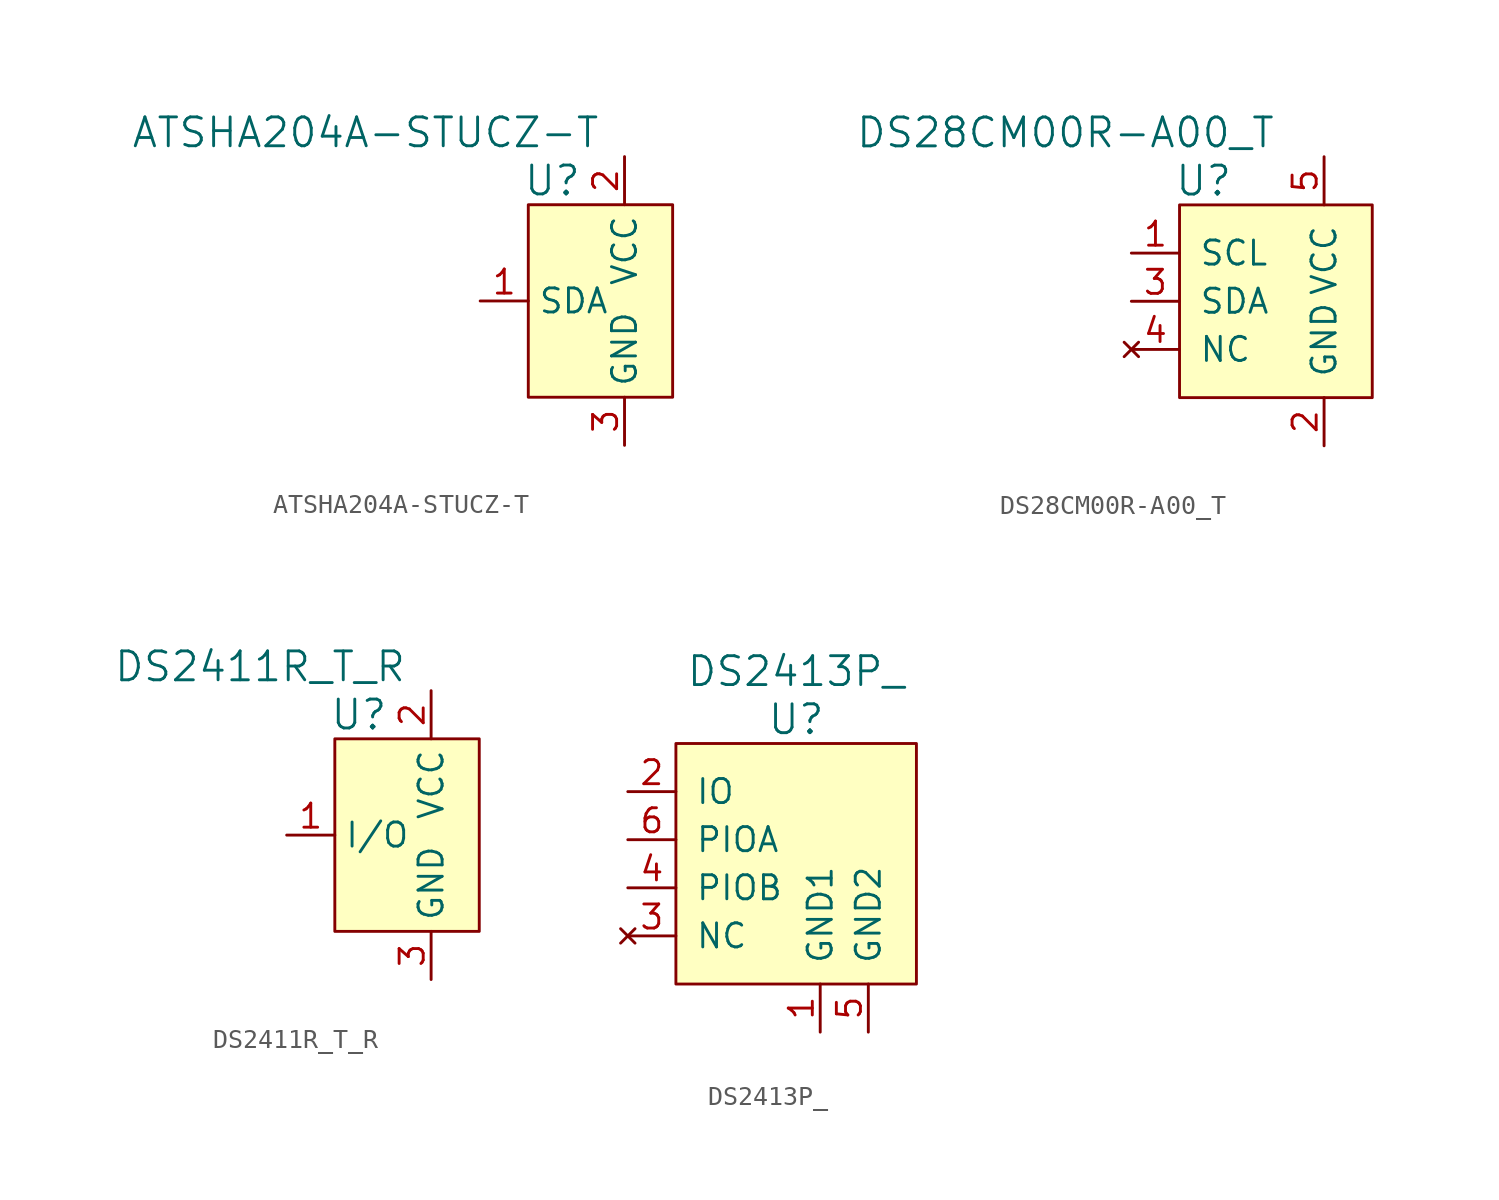
<source format=kicad_sym>
(kicad_symbol_lib
  (version 20231120)
  (generator "kicad_symbol_editor")
  (generator_version "8.0")
  (symbol "ATSHA204A-STUCZ-T"
    (property "Reference" "U"
      (at -3.81 6.35 0)
      (effects (font (size 1.524 1.524))))
    (property "Value" "ATSHA204A-STUCZ-T"
      (at -1.27 8.89 0)
      (effects (font (size 1.524 1.524)) (justify right)))
    (symbol "ATSHA204A-STUCZ-T_1_1"
      (rectangle (start -5.08 5.08) (end 2.54 -5.08) (stroke (width 0) (type solid)) (fill (type background)))
      (pin bidirectional line (at -7.62 0 0) (length 2.54) (name "SDA" (effects (font (size 1.27 1.27)))) (number "1" (effects (font (size 1.27 1.27)))))
      (pin power_in line (at 0 7.62 270) (length 2.54) (name "VCC" (effects (font (size 1.27 1.27)))) (number "2" (effects (font (size 1.27 1.27)))))
      (pin power_in line (at 0 -7.62 90) (length 2.54) (name "GND" (effects (font (size 1.27 1.27)))) (number "3" (effects (font (size 1.27 1.27)))))))
  (symbol "DS28CM00R-A00_T"
    (pin_names
      (offset 1.016))
    (property "Reference" "U"
      (at -6.35 3.81 0)
      (effects (font (size 1.524 1.524))))
    (property "Value" "DS28CM00R-A00_T"
      (at -2.54 6.35 0)
      (effects (font (size 1.524 1.524)) (justify right)))
    (symbol "DS28CM00R-A00_T_0_1"
      (rectangle (start -7.62 2.54) (end 2.54 -7.62) (stroke (width 0) (type solid)) (fill (type background))))
    (symbol "DS28CM00R-A00_T_1_1"
      (pin input line (at -10.16 0 0) (length 2.54) (name "SCL" (effects (font (size 1.27 1.27)))) (number "1" (effects (font (size 1.27 1.27)))))
      (pin power_in line (at 0 -10.16 90) (length 2.54) (name "GND" (effects (font (size 1.27 1.27)))) (number "2" (effects (font (size 1.27 1.27)))))
      (pin bidirectional line (at -10.16 -2.54 0) (length 2.54) (name "SDA" (effects (font (size 1.27 1.27)))) (number "3" (effects (font (size 1.27 1.27)))))
      (pin no_connect line (at -10.16 -5.08 0) (length 2.54) (name "NC" (effects (font (size 1.27 1.27)))) (number "4" (effects (font (size 1.27 1.27)))))
      (pin power_in line (at 0 5.08 270) (length 2.54) (name "VCC" (effects (font (size 1.27 1.27)))) (number "5" (effects (font (size 1.27 1.27)))))))
  (symbol "DS2411R_T_R"
    (property "Reference" "U"
      (at -3.81 6.35 0)
      (effects (font (size 1.524 1.524))))
    (property "Value" "DS2411R_T_R"
      (at -1.27 8.89 0)
      (effects (font (size 1.524 1.524)) (justify right)))
    (symbol "DS2411R_T_R_0_1"
      (rectangle (start -5.08 5.08) (end 2.54 -5.08) (stroke (width 0) (type solid)) (fill (type background))))
    (symbol "DS2411R_T_R_1_1"
      (pin bidirectional line (at -7.62 0 0) (length 2.54) (name "I/O" (effects (font (size 1.27 1.27)))) (number "1" (effects (font (size 1.27 1.27)))))
      (pin power_in line (at 0 7.62 270) (length 2.54) (name "VCC" (effects (font (size 1.27 1.27)))) (number "2" (effects (font (size 1.27 1.27)))))
      (pin power_in line (at 0 -7.62 90) (length 2.54) (name "GND" (effects (font (size 1.27 1.27)))) (number "3" (effects (font (size 1.27 1.27)))))))
  (symbol "DS2413P_"
    (pin_names
      (offset 1.016))
    (property "Reference" "U"
      (at 1.27 6.35 0)
      (effects (font (size 1.524 1.524))))
    (property "Value" "DS2413P_"
      (at 1.27 8.89 0)
      (effects (font (size 1.524 1.524))))
    (symbol "DS2413P__0_1"
      (rectangle (start -5.08 5.08) (end 7.62 -7.62) (stroke (width 0) (type solid)) (fill (type background))))
    (symbol "DS2413P__1_1"
      (pin power_in line (at 2.54 -10.16 90) (length 2.54) (name "GND1" (effects (font (size 1.27 1.27)))) (number "1" (effects (font (size 1.27 1.27)))))
      (pin bidirectional line (at -7.62 2.54 0) (length 2.54) (name "IO" (effects (font (size 1.27 1.27)))) (number "2" (effects (font (size 1.27 1.27)))))
      (pin no_connect line (at -7.62 -5.08 0) (length 2.54) (name "NC" (effects (font (size 1.27 1.27)))) (number "3" (effects (font (size 1.27 1.27)))))
      (pin bidirectional line (at -7.62 -2.54 0) (length 2.54) (name "PIOB" (effects (font (size 1.27 1.27)))) (number "4" (effects (font (size 1.27 1.27)))))
      (pin power_in line (at 5.08 -10.16 90) (length 2.54) (name "GND2" (effects (font (size 1.27 1.27)))) (number "5" (effects (font (size 1.27 1.27)))))
      (pin bidirectional line (at -7.62 0 0) (length 2.54) (name "PIOA" (effects (font (size 1.27 1.27)))) (number "6" (effects (font (size 1.27 1.27))))))))
</source>
